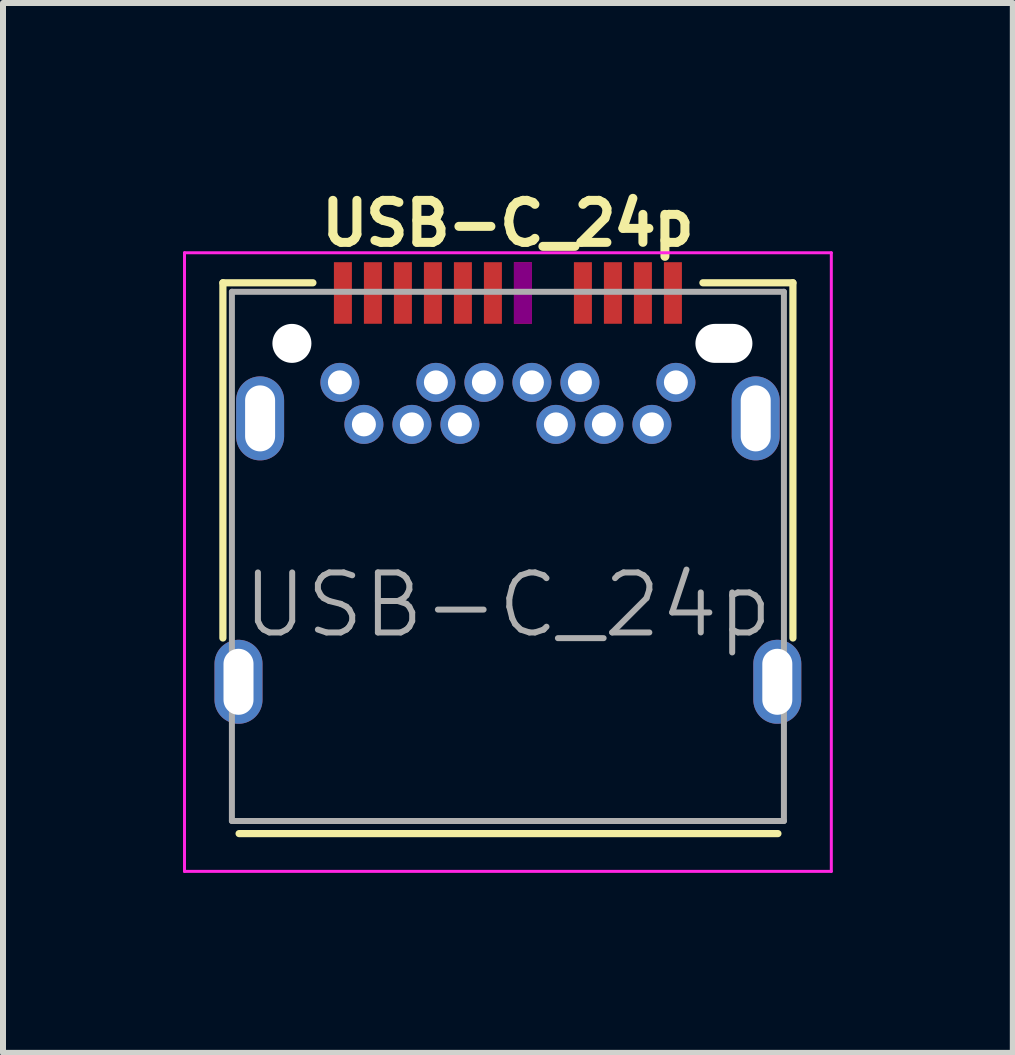
<source format=kicad_pcb>
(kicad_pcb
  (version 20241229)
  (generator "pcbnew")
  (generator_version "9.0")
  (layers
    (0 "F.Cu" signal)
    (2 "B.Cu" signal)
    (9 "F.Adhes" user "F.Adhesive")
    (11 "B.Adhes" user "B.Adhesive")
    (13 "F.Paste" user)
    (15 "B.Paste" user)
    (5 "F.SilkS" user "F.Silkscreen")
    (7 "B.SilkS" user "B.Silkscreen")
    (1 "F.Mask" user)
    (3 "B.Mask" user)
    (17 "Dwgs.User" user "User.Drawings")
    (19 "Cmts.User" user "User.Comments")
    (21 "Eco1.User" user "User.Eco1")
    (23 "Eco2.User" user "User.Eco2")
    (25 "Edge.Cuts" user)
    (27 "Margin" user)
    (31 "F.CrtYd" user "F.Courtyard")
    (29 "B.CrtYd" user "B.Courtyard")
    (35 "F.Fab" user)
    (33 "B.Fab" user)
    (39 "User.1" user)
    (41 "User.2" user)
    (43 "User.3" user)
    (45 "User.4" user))
  (footprint "USB-C_24p"
    (layer "F.Cu")
    (at 5.415 7.033)
    (property "Reference" "USB-C_24p" (at 0 -6.36 180) (layer "F.SilkS") (effects (font (size 0.7 0.7) (thickness 0.15))))
    (attr smd)
    (fp_line (start -4.75 -5.37) (end -4.75 0.55) (stroke (width 0.12) (type solid)) (layer "F.SilkS"))
    (fp_line (start -4.75 -5.37) (end -3.25 -5.37) (stroke (width 0.12) (type solid)) (layer "F.SilkS"))
    (fp_line (start 3.25 -5.37) (end 4.75 -5.37) (stroke (width 0.12) (type solid)) (layer "F.SilkS"))
    (fp_line (start 4.5 3.81) (end -4.48 3.81) (stroke (width 0.12) (type solid)) (layer "F.SilkS"))
    (fp_line (start 4.75 -5.37) (end 4.75 0.55) (stroke (width 0.12) (type solid)) (layer "F.SilkS"))
    (fp_line (start -5.39 -5.87) (end 5.39 -5.87) (stroke (width 0.05) (type solid)) (layer "F.CrtYd"))
    (fp_line (start -5.39 4.44) (end -5.39 -5.87) (stroke (width 0.05) (type solid)) (layer "F.CrtYd"))
    (fp_line (start 5.39 -5.87) (end 5.39 4.44) (stroke (width 0.05) (type solid)) (layer "F.CrtYd"))
    (fp_line (start 5.39 4.44) (end -5.39 4.44) (stroke (width 0.05) (type solid)) (layer "F.CrtYd"))
    (fp_line (start -4.6 -5.22) (end 4.6 -5.22) (stroke (width 0.1) (type solid)) (layer "F.Fab"))
    (fp_line (start -4.6 3.6) (end -4.6 -5.22) (stroke (width 0.1) (type solid)) (layer "F.Fab"))
    (fp_line (start -4.6 3.6) (end 4.6 3.6) (stroke (width 0.1) (type solid)) (layer "F.Fab"))
    (fp_line (start 4.6 3.6) (end 4.6 -5.22) (stroke (width 0.1) (type solid)) (layer "F.Fab"))
    (fp_text user "${REFERENCE}" (at 0 0 180) (layer "F.Fab") (effects (font (size 1 1) (thickness 0.1))))
    (pad "" np_thru_hole circle (at -3.6 -4.36) (size 0.65 0.65) (drill 0.65) (layers "*.Cu" "*.Mask"))
    (pad "" np_thru_hole oval (at 3.6 -4.36) (size 0.95 0.65) (drill oval 0.95 0.65) (layers "*.Cu" "*.Mask"))
    (pad "A1" smd rect (at -2.75 -5.2) (size 0.3 1.026) (layers "F.Cu" "F.Mask" "F.Paste"))
    (pad "A2" smd rect (at -2.25 -5.2) (size 0.3 1.026) (layers "F.Cu" "F.Mask" "F.Paste"))
    (pad "A3" smd rect (at -1.75 -5.2) (size 0.3 1.026) (layers "F.Cu" "F.Mask" "F.Paste"))
    (pad "A4" smd rect (at -1.25 -5.2) (size 0.3 1.026) (layers "F.Cu" "F.Mask" "F.Paste"))
    (pad "A5" smd rect (at -0.75 -5.2) (size 0.3 1.026) (layers "F.Cu" "F.Mask" "F.Paste"))
    (pad "A6" smd rect (at -0.25 -5.2) (size 0.3 1.026) (layers "F.Cu" "F.Mask" "F.Paste"))
    (pad "A7" smd rect (at 0.25 -5.2) (size 0.3 1.026) (layers "F.Cu" "F.Mask" "F.Adhes" "F.Paste"))
    (pad "A9" smd rect (at 1.25 -5.2) (size 0.3 1.026) (layers "F.Cu" "F.Mask" "F.Paste"))
    (pad "A10" smd rect (at 1.75 -5.2) (size 0.3 1.026) (layers "F.Cu" "F.Mask" "F.Paste"))
    (pad "A11" smd rect (at 2.25 -5.2) (size 0.3 1.026) (layers "F.Cu" "F.Mask" "F.Paste"))
    (pad "A12" smd rect (at 2.75 -5.2) (size 0.3 1.026) (layers "F.Cu" "F.Mask" "F.Paste"))
    (pad "B1" thru_hole circle (at 2.8 -3.71) (size 0.65 0.65) (drill 0.4) (layers "*.Cu" "*.Mask"))
    (pad "B2" thru_hole circle (at 2.4 -3.01) (size 0.65 0.65) (drill 0.4) (layers "*.Cu" "*.Mask"))
    (pad "B3" thru_hole circle (at 1.6 -3.01) (size 0.65 0.65) (drill 0.4) (layers "*.Cu" "*.Mask"))
    (pad "B4" thru_hole circle (at 1.2 -3.71) (size 0.65 0.65) (drill 0.4) (layers "*.Cu" "*.Mask"))
    (pad "B5" thru_hole circle (at 0.8 -3.01) (size 0.65 0.65) (drill 0.4) (layers "*.Cu" "*.Mask"))
    (pad "B6" thru_hole circle (at 0.4 -3.71) (size 0.65 0.65) (drill 0.4) (layers "*.Cu" "*.Mask"))
    (pad "B7" thru_hole circle (at -0.4 -3.71) (size 0.65 0.65) (drill 0.4) (layers "*.Cu" "*.Mask"))
    (pad "B8" thru_hole circle (at -0.8 -3.01) (size 0.65 0.65) (drill 0.4) (layers "*.Cu" "*.Mask"))
    (pad "B9" thru_hole circle (at -1.2 -3.71) (size 0.65 0.65) (drill 0.4) (layers "*.Cu" "*.Mask"))
    (pad "B10" thru_hole circle (at -1.6 -3.01) (size 0.65 0.65) (drill 0.4) (layers "*.Cu" "*.Mask"))
    (pad "B11" thru_hole circle (at -2.4 -3.01) (size 0.65 0.65) (drill 0.4) (layers "*.Cu" "*.Mask"))
    (pad "B12" thru_hole circle (at -2.8 -3.71) (size 0.65 0.65) (drill 0.4) (layers "*.Cu" "*.Mask"))
    (pad "S1" thru_hole oval (at -4.49 1.28) (size 0.8 1.4) (drill oval 0.5 1.1) (layers "*.Cu" "*.Mask"))
    (pad "S1" thru_hole oval (at -4.13 -3.11) (size 0.8 1.4) (drill oval 0.5 1.1) (layers "*.Cu" "*.Mask"))
    (pad "S1" thru_hole oval (at 4.13 -3.11) (size 0.8 1.4) (drill oval 0.5 1.1) (layers "*.Cu" "*.Mask"))
    (pad "S1" thru_hole oval (at 4.49 1.28) (size 0.8 1.4) (drill oval 0.5 1.1) (layers "*.Cu" "*.Mask")))
  (gr_rect
    (start -3 -3)
    (end 13.83 14.498)
    (stroke (width 0.1) (type default))
    (fill no)
    (layer "Edge.Cuts")))
</source>
